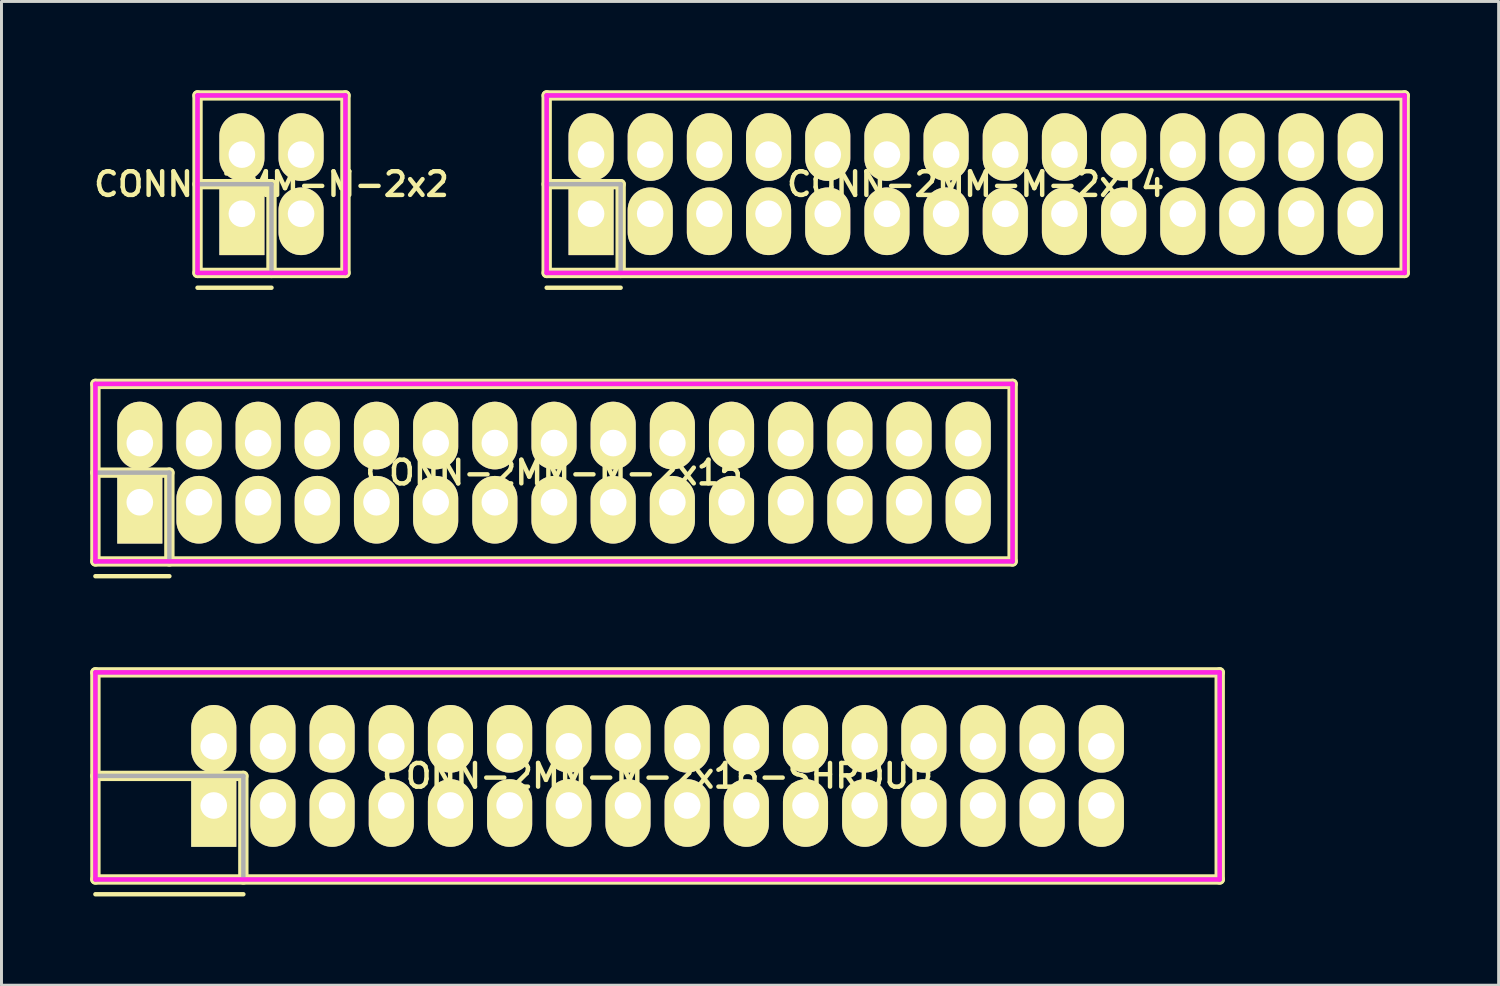
<source format=kicad_pcb>
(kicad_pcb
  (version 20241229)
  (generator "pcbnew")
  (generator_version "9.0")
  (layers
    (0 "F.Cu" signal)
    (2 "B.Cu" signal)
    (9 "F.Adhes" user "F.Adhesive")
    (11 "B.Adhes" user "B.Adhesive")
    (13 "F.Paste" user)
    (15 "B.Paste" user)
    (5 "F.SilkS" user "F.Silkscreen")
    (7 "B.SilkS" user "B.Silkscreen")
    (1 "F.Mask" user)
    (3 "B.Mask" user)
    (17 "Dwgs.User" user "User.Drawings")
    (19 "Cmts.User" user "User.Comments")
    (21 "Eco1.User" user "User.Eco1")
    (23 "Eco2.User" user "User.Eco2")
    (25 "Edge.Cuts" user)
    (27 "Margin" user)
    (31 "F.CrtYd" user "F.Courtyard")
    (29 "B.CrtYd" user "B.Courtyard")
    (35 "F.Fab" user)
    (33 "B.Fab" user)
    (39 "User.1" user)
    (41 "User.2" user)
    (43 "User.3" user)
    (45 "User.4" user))
  (footprint "CONN-2MM-M-2x14"
    (layer "F.Cu")
    (at 29.927 3.175)
    (property "Reference" "CONN-2MM-M-2x14" (at 0 0 0) (layer "F.SilkS") (effects (font (size 0.8 0.8) (thickness 0.15))))
    (attr through_hole)
    (fp_line (start -14.5 -3) (end 14.5 -3) (stroke (width 0.35) (type solid)) (layer "F.SilkS"))
    (fp_line (start -14.5 0) (end -12 0) (stroke (width 0.35) (type solid)) (layer "F.SilkS"))
    (fp_line (start -14.5 3) (end -14.5 -3) (stroke (width 0.35) (type solid)) (layer "F.SilkS"))
    (fp_line (start -14.5 3.5) (end -12 3.5) (stroke (width 0.15) (type solid)) (layer "F.SilkS"))
    (fp_line (start -12 0) (end -12 3) (stroke (width 0.35) (type solid)) (layer "F.SilkS"))
    (fp_line (start 14.5 -3) (end 14.5 3) (stroke (width 0.35) (type solid)) (layer "F.SilkS"))
    (fp_line (start 14.5 3) (end -14.5 3) (stroke (width 0.35) (type solid)) (layer "F.SilkS"))
    (fp_line (start -14.5 -3) (end 14.5 -3) (stroke (width 0.15) (type solid)) (layer "F.CrtYd"))
    (fp_line (start -14.5 3) (end -14.5 -3) (stroke (width 0.15) (type solid)) (layer "F.CrtYd"))
    (fp_line (start 14.5 -3) (end 14.5 3) (stroke (width 0.15) (type solid)) (layer "F.CrtYd"))
    (fp_line (start 14.5 3) (end -14.5 3) (stroke (width 0.15) (type solid)) (layer "F.CrtYd"))
    (fp_line (start -14.5 -3) (end 14.5 -3) (stroke (width 0.15) (type solid)) (layer "F.Fab"))
    (fp_line (start -14.5 0) (end -12 0) (stroke (width 0.15) (type solid)) (layer "F.Fab"))
    (fp_line (start -14.5 3) (end -14.5 -3) (stroke (width 0.15) (type solid)) (layer "F.Fab"))
    (fp_line (start -12 0) (end -12 3) (stroke (width 0.15) (type solid)) (layer "F.Fab"))
    (fp_line (start 14.5 -3) (end 14.5 3) (stroke (width 0.15) (type solid)) (layer "F.Fab"))
    (fp_line (start 14.5 3) (end -14.5 3) (stroke (width 0.15) (type solid)) (layer "F.Fab"))
    (pad "1" thru_hole rect (at -13 1) (size 1.524 2.286) (drill 0.9 (offset 0 0.254)) (layers "*.Cu" "*.Mask" "F.SilkS"))
    (pad "2" thru_hole oval (at -13 -1) (size 1.524 2.286) (drill 0.9 (offset 0 -0.254)) (layers "*.Cu" "*.Mask" "F.SilkS"))
    (pad "3" thru_hole oval (at -11 1) (size 1.524 2.286) (drill 0.9 (offset 0 0.254)) (layers "*.Cu" "*.Mask" "F.SilkS"))
    (pad "4" thru_hole oval (at -11 -1) (size 1.524 2.286) (drill 0.9 (offset 0 -0.254)) (layers "*.Cu" "*.Mask" "F.SilkS"))
    (pad "5" thru_hole oval (at -9 1) (size 1.524 2.286) (drill 0.9 (offset 0 0.254)) (layers "*.Cu" "*.Mask" "F.SilkS"))
    (pad "6" thru_hole oval (at -9 -1) (size 1.524 2.286) (drill 0.9 (offset 0 -0.254)) (layers "*.Cu" "*.Mask" "F.SilkS"))
    (pad "7" thru_hole oval (at -7 1) (size 1.524 2.286) (drill 0.9 (offset 0 0.254)) (layers "*.Cu" "*.Mask" "F.SilkS"))
    (pad "8" thru_hole oval (at -7 -1) (size 1.524 2.286) (drill 0.9 (offset 0 -0.254)) (layers "*.Cu" "*.Mask" "F.SilkS"))
    (pad "9" thru_hole oval (at -5 1) (size 1.524 2.286) (drill 0.9 (offset 0 0.254)) (layers "*.Cu" "*.Mask" "F.SilkS"))
    (pad "10" thru_hole oval (at -5 -1) (size 1.524 2.286) (drill 0.9 (offset 0 -0.254)) (layers "*.Cu" "*.Mask" "F.SilkS"))
    (pad "11" thru_hole oval (at -3 1) (size 1.524 2.286) (drill 0.9 (offset 0 0.254)) (layers "*.Cu" "*.Mask" "F.SilkS"))
    (pad "12" thru_hole oval (at -3 -1) (size 1.524 2.286) (drill 0.9 (offset 0 -0.254)) (layers "*.Cu" "*.Mask" "F.SilkS"))
    (pad "13" thru_hole oval (at -1 1) (size 1.524 2.286) (drill 0.9 (offset 0 0.254)) (layers "*.Cu" "*.Mask" "F.SilkS"))
    (pad "14" thru_hole oval (at -1 -1) (size 1.524 2.286) (drill 0.9 (offset 0 -0.254)) (layers "*.Cu" "*.Mask" "F.SilkS"))
    (pad "15" thru_hole oval (at 1 1) (size 1.524 2.286) (drill 0.9 (offset 0 0.254)) (layers "*.Cu" "*.Mask" "F.SilkS"))
    (pad "16" thru_hole oval (at 1 -1) (size 1.524 2.286) (drill 0.9 (offset 0 -0.254)) (layers "*.Cu" "*.Mask" "F.SilkS"))
    (pad "17" thru_hole oval (at 3 1) (size 1.524 2.286) (drill 0.9 (offset 0 0.254)) (layers "*.Cu" "*.Mask" "F.SilkS"))
    (pad "18" thru_hole oval (at 3 -1) (size 1.524 2.286) (drill 0.9 (offset 0 -0.254)) (layers "*.Cu" "*.Mask" "F.SilkS"))
    (pad "19" thru_hole oval (at 5 1) (size 1.524 2.286) (drill 0.9 (offset 0 0.254)) (layers "*.Cu" "*.Mask" "F.SilkS"))
    (pad "20" thru_hole oval (at 5 -1) (size 1.524 2.286) (drill 0.9 (offset 0 -0.254)) (layers "*.Cu" "*.Mask" "F.SilkS"))
    (pad "21" thru_hole oval (at 7 1) (size 1.524 2.286) (drill 0.9 (offset 0 0.254)) (layers "*.Cu" "*.Mask" "F.SilkS"))
    (pad "22" thru_hole oval (at 7 -1) (size 1.524 2.286) (drill 0.9 (offset 0 -0.254)) (layers "*.Cu" "*.Mask" "F.SilkS"))
    (pad "23" thru_hole oval (at 9 1) (size 1.524 2.286) (drill 0.9 (offset 0 0.254)) (layers "*.Cu" "*.Mask" "F.SilkS"))
    (pad "24" thru_hole oval (at 9 -1) (size 1.524 2.286) (drill 0.9 (offset 0 -0.254)) (layers "*.Cu" "*.Mask" "F.SilkS"))
    (pad "25" thru_hole oval (at 11 1) (size 1.524 2.286) (drill 0.9 (offset 0 0.254)) (layers "*.Cu" "*.Mask" "F.SilkS"))
    (pad "26" thru_hole oval (at 11 -1) (size 1.524 2.286) (drill 0.9 (offset 0 -0.254)) (layers "*.Cu" "*.Mask" "F.SilkS"))
    (pad "27" thru_hole oval (at 13 1) (size 1.524 2.286) (drill 0.9 (offset 0 0.254)) (layers "*.Cu" "*.Mask" "F.SilkS"))
    (pad "28" thru_hole oval (at 13 -1) (size 1.524 2.286) (drill 0.9 (offset 0 -0.254)) (layers "*.Cu" "*.Mask" "F.SilkS")))
  (footprint "CONN-2MM-M-2x16-SHROUD"
    (layer "F.Cu")
    (at 19.175 23.175)
    (property "Reference" "CONN-2MM-M-2x16-SHROUD" (at 0 0 0) (layer "F.SilkS") (effects (font (size 0.8 0.8) (thickness 0.15))))
    (attr through_hole)
    (fp_line (start -19 -3.5) (end 19 -3.5) (stroke (width 0.35) (type solid)) (layer "F.SilkS"))
    (fp_line (start -19 0) (end -14 0) (stroke (width 0.35) (type solid)) (layer "F.SilkS"))
    (fp_line (start -19 3.5) (end -19 -3.5) (stroke (width 0.35) (type solid)) (layer "F.SilkS"))
    (fp_line (start -19 4) (end -14 4) (stroke (width 0.15) (type solid)) (layer "F.SilkS"))
    (fp_line (start -14 0) (end -14 3.5) (stroke (width 0.35) (type solid)) (layer "F.SilkS"))
    (fp_line (start 19 -3.5) (end 19 3.5) (stroke (width 0.35) (type solid)) (layer "F.SilkS"))
    (fp_line (start 19 3.5) (end -19 3.5) (stroke (width 0.35) (type solid)) (layer "F.SilkS"))
    (fp_line (start -19 -3.5) (end 19 -3.5) (stroke (width 0.15) (type solid)) (layer "F.CrtYd"))
    (fp_line (start -19 3.5) (end -19 -3.5) (stroke (width 0.15) (type solid)) (layer "F.CrtYd"))
    (fp_line (start 19 -3.5) (end 19 3.5) (stroke (width 0.15) (type solid)) (layer "F.CrtYd"))
    (fp_line (start 19 3.5) (end -19 3.5) (stroke (width 0.15) (type solid)) (layer "F.CrtYd"))
    (fp_line (start -19 -3.5) (end 19 -3.5) (stroke (width 0.15) (type solid)) (layer "F.Fab"))
    (fp_line (start -19 0) (end -14 0) (stroke (width 0.15) (type solid)) (layer "F.Fab"))
    (fp_line (start -19 3.5) (end -19 -3.5) (stroke (width 0.15) (type solid)) (layer "F.Fab"))
    (fp_line (start -14 0) (end -14 3.5) (stroke (width 0.15) (type solid)) (layer "F.Fab"))
    (fp_line (start 19 -3.5) (end 19 3.5) (stroke (width 0.15) (type solid)) (layer "F.Fab"))
    (fp_line (start 19 3.5) (end -19 3.5) (stroke (width 0.15) (type solid)) (layer "F.Fab"))
    (pad "1" thru_hole rect (at -15 1) (size 1.524 2.286) (drill 0.9 (offset 0 0.254)) (layers "*.Cu" "*.Mask" "F.SilkS"))
    (pad "2" thru_hole oval (at -15 -1) (size 1.524 2.286) (drill 0.9 (offset 0 -0.254)) (layers "*.Cu" "*.Mask" "F.SilkS"))
    (pad "3" thru_hole oval (at -13 1) (size 1.524 2.286) (drill 0.9 (offset 0 0.254)) (layers "*.Cu" "*.Mask" "F.SilkS"))
    (pad "4" thru_hole oval (at -13 -1) (size 1.524 2.286) (drill 0.9 (offset 0 -0.254)) (layers "*.Cu" "*.Mask" "F.SilkS"))
    (pad "5" thru_hole oval (at -11 1) (size 1.524 2.286) (drill 0.9 (offset 0 0.254)) (layers "*.Cu" "*.Mask" "F.SilkS"))
    (pad "6" thru_hole oval (at -11 -1) (size 1.524 2.286) (drill 0.9 (offset 0 -0.254)) (layers "*.Cu" "*.Mask" "F.SilkS"))
    (pad "7" thru_hole oval (at -9 1) (size 1.524 2.286) (drill 0.9 (offset 0 0.254)) (layers "*.Cu" "*.Mask" "F.SilkS"))
    (pad "8" thru_hole oval (at -9 -1) (size 1.524 2.286) (drill 0.9 (offset 0 -0.254)) (layers "*.Cu" "*.Mask" "F.SilkS"))
    (pad "9" thru_hole oval (at -7 1) (size 1.524 2.286) (drill 0.9 (offset 0 0.254)) (layers "*.Cu" "*.Mask" "F.SilkS"))
    (pad "10" thru_hole oval (at -7 -1) (size 1.524 2.286) (drill 0.9 (offset 0 -0.254)) (layers "*.Cu" "*.Mask" "F.SilkS"))
    (pad "11" thru_hole oval (at -5 1) (size 1.524 2.286) (drill 0.9 (offset 0 0.254)) (layers "*.Cu" "*.Mask" "F.SilkS"))
    (pad "12" thru_hole oval (at -5 -1) (size 1.524 2.286) (drill 0.9 (offset 0 -0.254)) (layers "*.Cu" "*.Mask" "F.SilkS"))
    (pad "13" thru_hole oval (at -3 1) (size 1.524 2.286) (drill 0.9 (offset 0 0.254)) (layers "*.Cu" "*.Mask" "F.SilkS"))
    (pad "14" thru_hole oval (at -3 -1) (size 1.524 2.286) (drill 0.9 (offset 0 -0.254)) (layers "*.Cu" "*.Mask" "F.SilkS"))
    (pad "15" thru_hole oval (at -1 1) (size 1.524 2.286) (drill 0.9 (offset 0 0.254)) (layers "*.Cu" "*.Mask" "F.SilkS"))
    (pad "16" thru_hole oval (at -1 -1) (size 1.524 2.286) (drill 0.9 (offset 0 -0.254)) (layers "*.Cu" "*.Mask" "F.SilkS"))
    (pad "17" thru_hole oval (at 1 1) (size 1.524 2.286) (drill 0.9 (offset 0 0.254)) (layers "*.Cu" "*.Mask" "F.SilkS"))
    (pad "18" thru_hole oval (at 1 -1) (size 1.524 2.286) (drill 0.9 (offset 0 -0.254)) (layers "*.Cu" "*.Mask" "F.SilkS"))
    (pad "19" thru_hole oval (at 3 1) (size 1.524 2.286) (drill 0.9 (offset 0 0.254)) (layers "*.Cu" "*.Mask" "F.SilkS"))
    (pad "20" thru_hole oval (at 3 -1) (size 1.524 2.286) (drill 0.9 (offset 0 -0.254)) (layers "*.Cu" "*.Mask" "F.SilkS"))
    (pad "21" thru_hole oval (at 5 1) (size 1.524 2.286) (drill 0.9 (offset 0 0.254)) (layers "*.Cu" "*.Mask" "F.SilkS"))
    (pad "22" thru_hole oval (at 5 -1) (size 1.524 2.286) (drill 0.9 (offset 0 -0.254)) (layers "*.Cu" "*.Mask" "F.SilkS"))
    (pad "23" thru_hole oval (at 7 1) (size 1.524 2.286) (drill 0.9 (offset 0 0.254)) (layers "*.Cu" "*.Mask" "F.SilkS"))
    (pad "24" thru_hole oval (at 7 -1) (size 1.524 2.286) (drill 0.9 (offset 0 -0.254)) (layers "*.Cu" "*.Mask" "F.SilkS"))
    (pad "25" thru_hole oval (at 9 1) (size 1.524 2.286) (drill 0.9 (offset 0 0.254)) (layers "*.Cu" "*.Mask" "F.SilkS"))
    (pad "26" thru_hole oval (at 9 -1) (size 1.524 2.286) (drill 0.9 (offset 0 -0.254)) (layers "*.Cu" "*.Mask" "F.SilkS"))
    (pad "27" thru_hole oval (at 11 1) (size 1.524 2.286) (drill 0.9 (offset 0 0.254)) (layers "*.Cu" "*.Mask" "F.SilkS"))
    (pad "28" thru_hole oval (at 11 -1) (size 1.524 2.286) (drill 0.9 (offset 0 -0.254)) (layers "*.Cu" "*.Mask" "F.SilkS"))
    (pad "29" thru_hole oval (at 13 1) (size 1.524 2.286) (drill 0.9 (offset 0 0.254)) (layers "*.Cu" "*.Mask" "F.SilkS"))
    (pad "30" thru_hole oval (at 13 -1) (size 1.524 2.286) (drill 0.9 (offset 0 -0.254)) (layers "*.Cu" "*.Mask" "F.SilkS"))
    (pad "31" thru_hole oval (at 15 1) (size 1.524 2.286) (drill 0.9 (offset 0 0.254)) (layers "*.Cu" "*.Mask" "F.SilkS"))
    (pad "32" thru_hole oval (at 15 -1) (size 1.524 2.286) (drill 0.9 (offset 0 -0.254)) (layers "*.Cu" "*.Mask" "F.SilkS")))
  (footprint "CONN-2MM-M-2x15"
    (layer "F.Cu")
    (at 15.675 12.925)
    (property "Reference" "CONN-2MM-M-2x15" (at 0 0 0) (layer "F.SilkS") (effects (font (size 0.8 0.8) (thickness 0.15))))
    (attr through_hole)
    (fp_line (start -15.5 -3) (end 15.5 -3) (stroke (width 0.35) (type solid)) (layer "F.SilkS"))
    (fp_line (start -15.5 0) (end -13 0) (stroke (width 0.35) (type solid)) (layer "F.SilkS"))
    (fp_line (start -15.5 3) (end -15.5 -3) (stroke (width 0.35) (type solid)) (layer "F.SilkS"))
    (fp_line (start -15.5 3.5) (end -13 3.5) (stroke (width 0.15) (type solid)) (layer "F.SilkS"))
    (fp_line (start -13 0) (end -13 3) (stroke (width 0.35) (type solid)) (layer "F.SilkS"))
    (fp_line (start 15.5 -3) (end 15.5 3) (stroke (width 0.35) (type solid)) (layer "F.SilkS"))
    (fp_line (start 15.5 3) (end -15.5 3) (stroke (width 0.35) (type solid)) (layer "F.SilkS"))
    (fp_line (start -15.5 -3) (end 15.5 -3) (stroke (width 0.15) (type solid)) (layer "F.CrtYd"))
    (fp_line (start -15.5 3) (end -15.5 -3) (stroke (width 0.15) (type solid)) (layer "F.CrtYd"))
    (fp_line (start 15.5 -3) (end 15.5 3) (stroke (width 0.15) (type solid)) (layer "F.CrtYd"))
    (fp_line (start 15.5 3) (end -15.5 3) (stroke (width 0.15) (type solid)) (layer "F.CrtYd"))
    (fp_line (start -15.5 -3) (end 15.5 -3) (stroke (width 0.15) (type solid)) (layer "F.Fab"))
    (fp_line (start -15.5 0) (end -13 0) (stroke (width 0.15) (type solid)) (layer "F.Fab"))
    (fp_line (start -15.5 3) (end -15.5 -3) (stroke (width 0.15) (type solid)) (layer "F.Fab"))
    (fp_line (start -13 0) (end -13 3) (stroke (width 0.15) (type solid)) (layer "F.Fab"))
    (fp_line (start 15.5 -3) (end 15.5 3) (stroke (width 0.15) (type solid)) (layer "F.Fab"))
    (fp_line (start 15.5 3) (end -15.5 3) (stroke (width 0.15) (type solid)) (layer "F.Fab"))
    (pad "1" thru_hole rect (at -14 1) (size 1.524 2.286) (drill 0.9 (offset 0 0.254)) (layers "*.Cu" "*.Mask" "F.SilkS"))
    (pad "2" thru_hole oval (at -14 -1) (size 1.524 2.286) (drill 0.9 (offset 0 -0.254)) (layers "*.Cu" "*.Mask" "F.SilkS"))
    (pad "3" thru_hole oval (at -12 1) (size 1.524 2.286) (drill 0.9 (offset 0 0.254)) (layers "*.Cu" "*.Mask" "F.SilkS"))
    (pad "4" thru_hole oval (at -12 -1) (size 1.524 2.286) (drill 0.9 (offset 0 -0.254)) (layers "*.Cu" "*.Mask" "F.SilkS"))
    (pad "5" thru_hole oval (at -10 1) (size 1.524 2.286) (drill 0.9 (offset 0 0.254)) (layers "*.Cu" "*.Mask" "F.SilkS"))
    (pad "6" thru_hole oval (at -10 -1) (size 1.524 2.286) (drill 0.9 (offset 0 -0.254)) (layers "*.Cu" "*.Mask" "F.SilkS"))
    (pad "7" thru_hole oval (at -8 1) (size 1.524 2.286) (drill 0.9 (offset 0 0.254)) (layers "*.Cu" "*.Mask" "F.SilkS"))
    (pad "8" thru_hole oval (at -8 -1) (size 1.524 2.286) (drill 0.9 (offset 0 -0.254)) (layers "*.Cu" "*.Mask" "F.SilkS"))
    (pad "9" thru_hole oval (at -6 1) (size 1.524 2.286) (drill 0.9 (offset 0 0.254)) (layers "*.Cu" "*.Mask" "F.SilkS"))
    (pad "10" thru_hole oval (at -6 -1) (size 1.524 2.286) (drill 0.9 (offset 0 -0.254)) (layers "*.Cu" "*.Mask" "F.SilkS"))
    (pad "11" thru_hole oval (at -4 1) (size 1.524 2.286) (drill 0.9 (offset 0 0.254)) (layers "*.Cu" "*.Mask" "F.SilkS"))
    (pad "12" thru_hole oval (at -4 -1) (size 1.524 2.286) (drill 0.9 (offset 0 -0.254)) (layers "*.Cu" "*.Mask" "F.SilkS"))
    (pad "13" thru_hole oval (at -2 1) (size 1.524 2.286) (drill 0.9 (offset 0 0.254)) (layers "*.Cu" "*.Mask" "F.SilkS"))
    (pad "14" thru_hole oval (at -2 -1) (size 1.524 2.286) (drill 0.9 (offset 0 -0.254)) (layers "*.Cu" "*.Mask" "F.SilkS"))
    (pad "15" thru_hole oval (at 0 1) (size 1.524 2.286) (drill 0.9 (offset 0 0.254)) (layers "*.Cu" "*.Mask" "F.SilkS"))
    (pad "16" thru_hole oval (at 0 -1) (size 1.524 2.286) (drill 0.9 (offset 0 -0.254)) (layers "*.Cu" "*.Mask" "F.SilkS"))
    (pad "17" thru_hole oval (at 2 1) (size 1.524 2.286) (drill 0.9 (offset 0 0.254)) (layers "*.Cu" "*.Mask" "F.SilkS"))
    (pad "18" thru_hole oval (at 2 -1) (size 1.524 2.286) (drill 0.9 (offset 0 -0.254)) (layers "*.Cu" "*.Mask" "F.SilkS"))
    (pad "19" thru_hole oval (at 4 1) (size 1.524 2.286) (drill 0.9 (offset 0 0.254)) (layers "*.Cu" "*.Mask" "F.SilkS"))
    (pad "20" thru_hole oval (at 4 -1) (size 1.524 2.286) (drill 0.9 (offset 0 -0.254)) (layers "*.Cu" "*.Mask" "F.SilkS"))
    (pad "21" thru_hole oval (at 6 1) (size 1.524 2.286) (drill 0.9 (offset 0 0.254)) (layers "*.Cu" "*.Mask" "F.SilkS"))
    (pad "22" thru_hole oval (at 6 -1) (size 1.524 2.286) (drill 0.9 (offset 0 -0.254)) (layers "*.Cu" "*.Mask" "F.SilkS"))
    (pad "23" thru_hole oval (at 8 1) (size 1.524 2.286) (drill 0.9 (offset 0 0.254)) (layers "*.Cu" "*.Mask" "F.SilkS"))
    (pad "24" thru_hole oval (at 8 -1) (size 1.524 2.286) (drill 0.9 (offset 0 -0.254)) (layers "*.Cu" "*.Mask" "F.SilkS"))
    (pad "25" thru_hole oval (at 10 1) (size 1.524 2.286) (drill 0.9 (offset 0 0.254)) (layers "*.Cu" "*.Mask" "F.SilkS"))
    (pad "26" thru_hole oval (at 10 -1) (size 1.524 2.286) (drill 0.9 (offset 0 -0.254)) (layers "*.Cu" "*.Mask" "F.SilkS"))
    (pad "27" thru_hole oval (at 12 1) (size 1.524 2.286) (drill 0.9 (offset 0 0.254)) (layers "*.Cu" "*.Mask" "F.SilkS"))
    (pad "28" thru_hole oval (at 12 -1) (size 1.524 2.286) (drill 0.9 (offset 0 -0.254)) (layers "*.Cu" "*.Mask" "F.SilkS"))
    (pad "29" thru_hole oval (at 14 1) (size 1.524 2.286) (drill 0.9 (offset 0 0.254)) (layers "*.Cu" "*.Mask" "F.SilkS"))
    (pad "30" thru_hole oval (at 14 -1) (size 1.524 2.286) (drill 0.9 (offset 0 -0.254)) (layers "*.Cu" "*.Mask" "F.SilkS")))
  (footprint "CONN-2MM-M-2x2"
    (layer "F.Cu")
    (at 6.126 3.175)
    (property "Reference" "CONN-2MM-M-2x2" (at 0 0 0) (layer "F.SilkS") (effects (font (size 0.8 0.8) (thickness 0.15))))
    (attr through_hole)
    (fp_line (start -2.5 -3) (end 2.5 -3) (stroke (width 0.35) (type solid)) (layer "F.SilkS"))
    (fp_line (start -2.5 0) (end 0 0) (stroke (width 0.35) (type solid)) (layer "F.SilkS"))
    (fp_line (start -2.5 3) (end -2.5 -3) (stroke (width 0.35) (type solid)) (layer "F.SilkS"))
    (fp_line (start -2.5 3.5) (end 0 3.5) (stroke (width 0.15) (type solid)) (layer "F.SilkS"))
    (fp_line (start 0 0) (end 0 3) (stroke (width 0.35) (type solid)) (layer "F.SilkS"))
    (fp_line (start 2.5 -3) (end 2.5 3) (stroke (width 0.35) (type solid)) (layer "F.SilkS"))
    (fp_line (start 2.5 3) (end -2.5 3) (stroke (width 0.35) (type solid)) (layer "F.SilkS"))
    (fp_line (start -2.5 -3) (end 2.5 -3) (stroke (width 0.15) (type solid)) (layer "F.CrtYd"))
    (fp_line (start -2.5 3) (end -2.5 -3) (stroke (width 0.15) (type solid)) (layer "F.CrtYd"))
    (fp_line (start 2.5 -3) (end 2.5 3) (stroke (width 0.15) (type solid)) (layer "F.CrtYd"))
    (fp_line (start 2.5 3) (end -2.5 3) (stroke (width 0.15) (type solid)) (layer "F.CrtYd"))
    (fp_line (start -2.5 -3) (end 2.5 -3) (stroke (width 0.15) (type solid)) (layer "F.Fab"))
    (fp_line (start -2.5 0) (end 0 0) (stroke (width 0.15) (type solid)) (layer "F.Fab"))
    (fp_line (start -2.5 3) (end -2.5 -3) (stroke (width 0.15) (type solid)) (layer "F.Fab"))
    (fp_line (start 0 0) (end 0 3) (stroke (width 0.15) (type solid)) (layer "F.Fab"))
    (fp_line (start 2.5 -3) (end 2.5 3) (stroke (width 0.15) (type solid)) (layer "F.Fab"))
    (fp_line (start 2.5 3) (end -2.5 3) (stroke (width 0.15) (type solid)) (layer "F.Fab"))
    (pad "1" thru_hole rect (at -1 1) (size 1.524 2.286) (drill 0.9 (offset 0 0.254)) (layers "*.Cu" "*.Mask" "F.SilkS"))
    (pad "2" thru_hole oval (at -1 -1) (size 1.524 2.286) (drill 0.9 (offset 0 -0.254)) (layers "*.Cu" "*.Mask" "F.SilkS"))
    (pad "3" thru_hole oval (at 1 1) (size 1.524 2.286) (drill 0.9 (offset 0 0.254)) (layers "*.Cu" "*.Mask" "F.SilkS"))
    (pad "4" thru_hole oval (at 1 -1) (size 1.524 2.286) (drill 0.9 (offset 0 -0.254)) (layers "*.Cu" "*.Mask" "F.SilkS")))
  (gr_rect
    (start -3 -3)
    (end 47.602 30.25)
    (stroke (width 0.1) (type default))
    (fill no)
    (layer "Edge.Cuts")))
</source>
